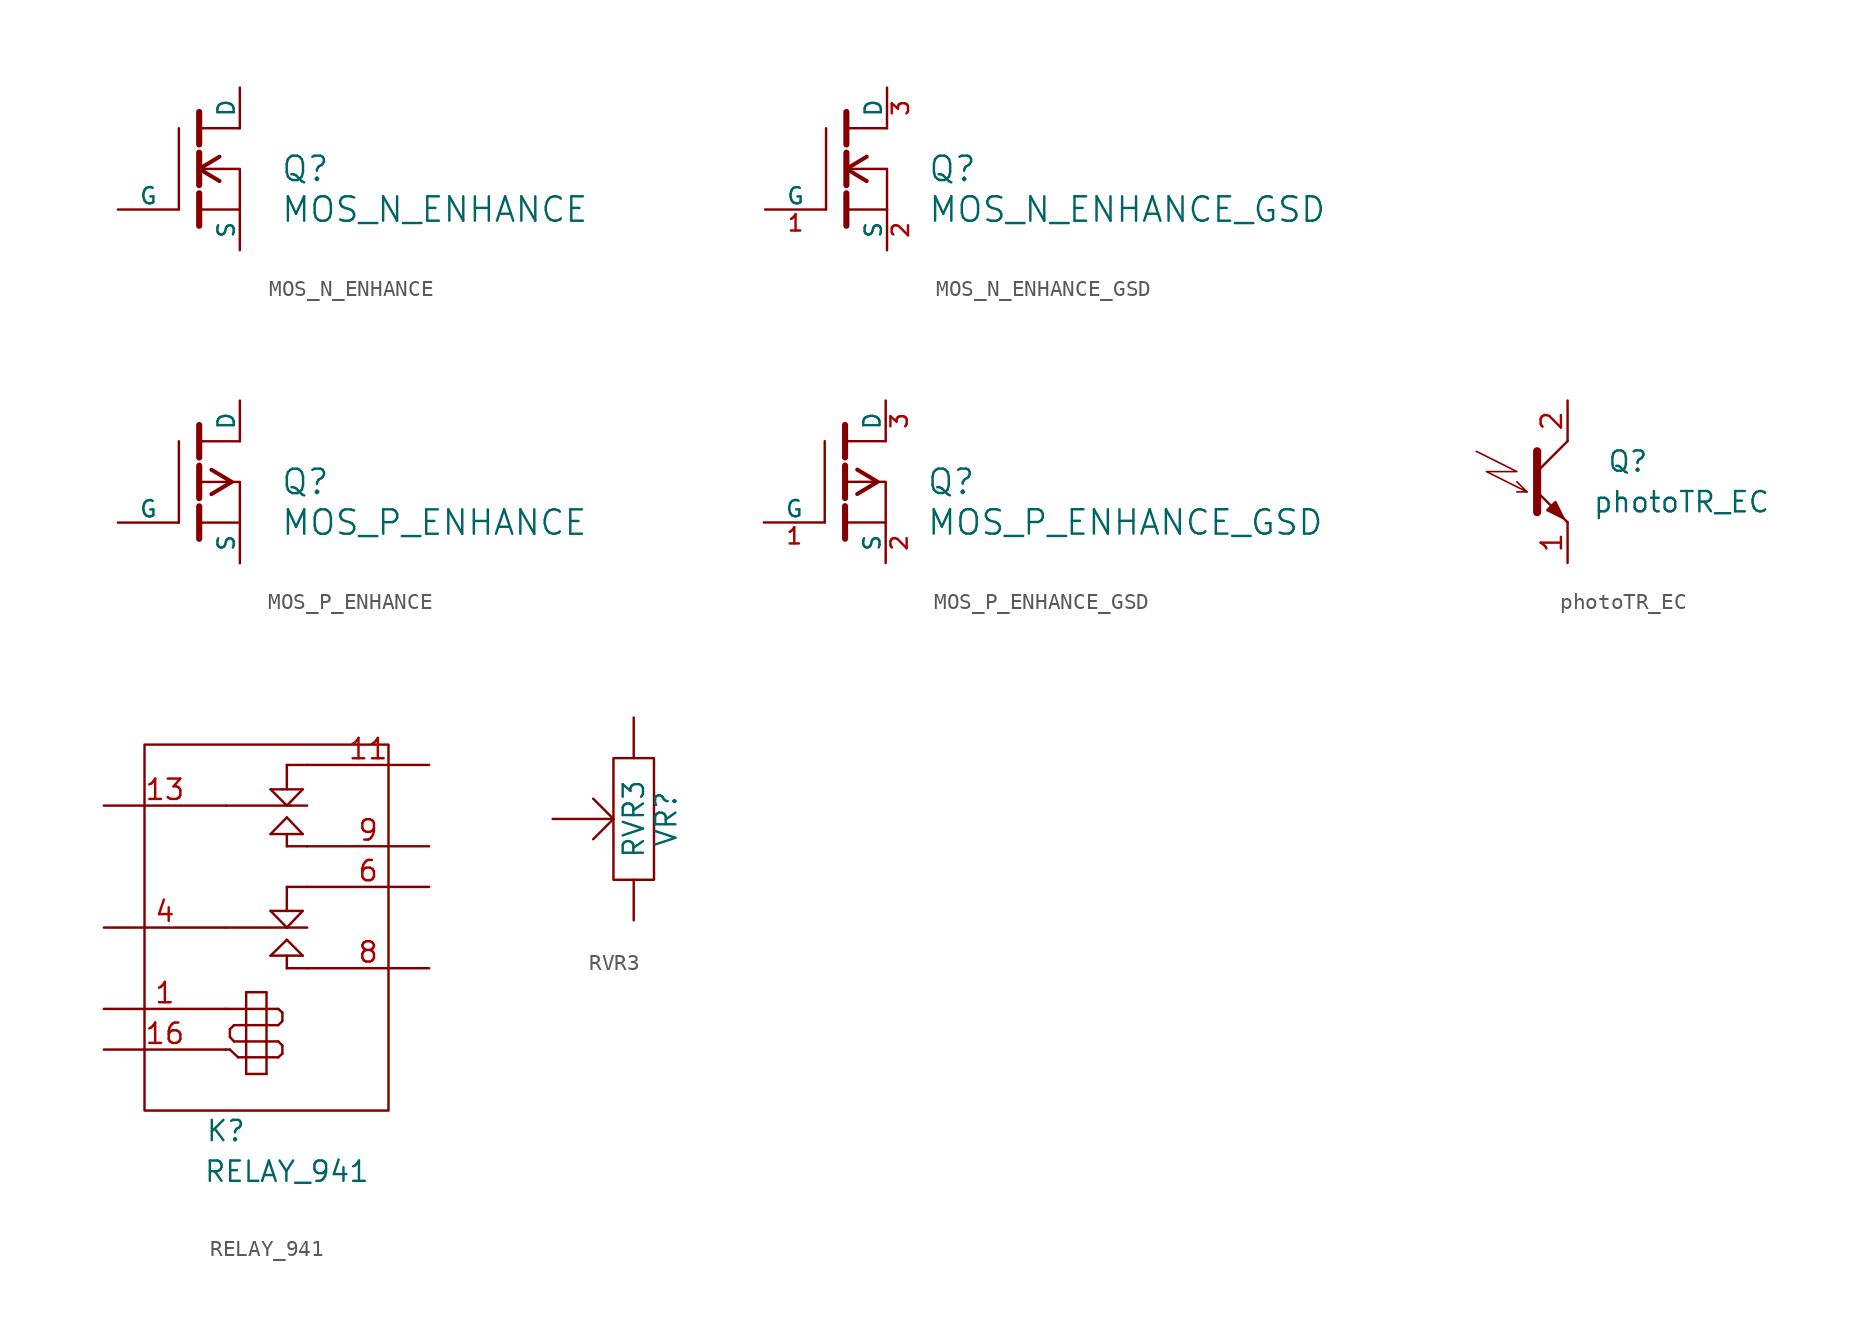
<source format=kicad_sym>
(kicad_symbol_lib
  (version 20220914)
  (generator kicad_symbol_editor)
  (symbol "MOS_N_ENHANCE"
    (pin_numbers hide)
    (pin_names
      (offset 0))
    (property "Reference" "Q"
      (at 5.08 2.54 0)
      (effects (font (size 1.524 1.524)) (justify left)))
    (property "Value" "MOS_N_ENHANCE"
      (at 5.08 0 0)
      (effects (font (size 1.524 1.524)) (justify left)))
    (property "Footprint" ""
      (at 0 0 0)
      (effects (font (size 1.524 1.524))))
    (property "Datasheet" ""
      (at 0 0 0)
      (effects (font (size 1.524 1.524))))
    (symbol "MOS_N_ENHANCE_0_1"
      (polyline (pts (xy -1.27 0) (xy -1.27 5.08)) (stroke (width 0) (type solid)) (fill (type none)))
      (polyline (pts (xy 0 -1.016) (xy 0 1.016)) (stroke (width 0.381) (type solid)) (fill (type none)))
      (polyline (pts (xy 0 1.524) (xy 0 3.556)) (stroke (width 0.381) (type solid)) (fill (type none)))
      (polyline (pts (xy 0 4.064) (xy 0 6.096)) (stroke (width 0.381) (type solid)) (fill (type none)))
      (polyline (pts (xy 2.54 0) (xy 0 0)) (stroke (width 0) (type solid)) (fill (type none)))
      (polyline (pts (xy 2.54 5.08) (xy 0 5.08)) (stroke (width 0) (type solid)) (fill (type none)))
      (polyline (pts (xy 1.27 3.302) (xy 0 2.54) (xy 1.27 1.778)) (stroke (width 0.254) (type solid)) (fill (type none)))
      (polyline (pts (xy 2.54 0) (xy 2.54 2.54) (xy 0.254 2.54)) (stroke (width 0) (type solid)) (fill (type none))))
    (symbol "MOS_N_ENHANCE_1_1"
      (pin passive line (at 2.54 7.62 270) (length 2.54) (name "D" (effects (font (size 1.016 1.016)))) (number "D" (effects (font (size 1.016 1.016)))))
      (pin input line (at -5.08 0 0) (length 3.81) (name "G" (effects (font (size 1.016 1.016)))) (number "G" (effects (font (size 1.016 1.016)))))
      (pin passive line (at 2.54 -2.54 90) (length 2.54) (name "S" (effects (font (size 1.016 1.016)))) (number "S" (effects (font (size 1.016 1.016)))))))
  (symbol "MOS_N_ENHANCE_GSD"
    (pin_names
      (offset 0))
    (property "Reference" "Q"
      (at 5.08 2.54 0)
      (effects (font (size 1.524 1.524)) (justify left)))
    (property "Value" "MOS_N_ENHANCE_GSD"
      (at 5.08 0 0)
      (effects (font (size 1.524 1.524)) (justify left)))
    (property "Footprint" ""
      (at 0 0 0)
      (effects (font (size 1.524 1.524))))
    (property "Datasheet" ""
      (at 0 0 0)
      (effects (font (size 1.524 1.524))))
    (symbol "MOS_N_ENHANCE_GSD_0_1"
      (polyline (pts (xy -1.27 0) (xy -1.27 5.08)) (stroke (width 0) (type solid)) (fill (type none)))
      (polyline (pts (xy 0 -1.016) (xy 0 1.016)) (stroke (width 0.381) (type solid)) (fill (type none)))
      (polyline (pts (xy 0 1.524) (xy 0 3.556)) (stroke (width 0.381) (type solid)) (fill (type none)))
      (polyline (pts (xy 0 4.064) (xy 0 6.096)) (stroke (width 0.381) (type solid)) (fill (type none)))
      (polyline (pts (xy 2.54 0) (xy 0 0)) (stroke (width 0) (type solid)) (fill (type none)))
      (polyline (pts (xy 2.54 5.08) (xy 0 5.08)) (stroke (width 0) (type solid)) (fill (type none)))
      (polyline (pts (xy 1.27 3.302) (xy 0 2.54) (xy 1.27 1.778)) (stroke (width 0.254) (type solid)) (fill (type none)))
      (polyline (pts (xy 2.54 0) (xy 2.54 2.54) (xy 0.254 2.54)) (stroke (width 0) (type solid)) (fill (type none))))
    (symbol "MOS_N_ENHANCE_GSD_1_1"
      (pin input line (at -5.08 0 0) (length 3.81) (name "G" (effects (font (size 1.016 1.016)))) (number "1" (effects (font (size 1.016 1.016)))))
      (pin passive line (at 2.54 -2.54 90) (length 2.54) (name "S" (effects (font (size 1.016 1.016)))) (number "2" (effects (font (size 1.016 1.016)))))
      (pin passive line (at 2.54 7.62 270) (length 2.54) (name "D" (effects (font (size 1.016 1.016)))) (number "3" (effects (font (size 1.016 1.016)))))))
  (symbol "MOS_P_ENHANCE"
    (pin_numbers hide)
    (pin_names
      (offset 0))
    (property "Reference" "Q"
      (at 5.08 2.54 0)
      (effects (font (size 1.524 1.524)) (justify left)))
    (property "Value" "MOS_P_ENHANCE"
      (at 5.08 0 0)
      (effects (font (size 1.524 1.524)) (justify left)))
    (property "Footprint" ""
      (at 0 0 0)
      (effects (font (size 1.524 1.524))))
    (property "Datasheet" ""
      (at 0 0 0)
      (effects (font (size 1.524 1.524))))
    (symbol "MOS_P_ENHANCE_0_1"
      (polyline (pts (xy -1.27 0) (xy -1.27 5.08)) (stroke (width 0) (type solid)) (fill (type none)))
      (polyline (pts (xy 0 -1.016) (xy 0 1.016)) (stroke (width 0.381) (type solid)) (fill (type none)))
      (polyline (pts (xy 0 1.524) (xy 0 3.556)) (stroke (width 0.381) (type solid)) (fill (type none)))
      (polyline (pts (xy 0 4.064) (xy 0 6.096)) (stroke (width 0.381) (type solid)) (fill (type none)))
      (polyline (pts (xy 2.54 0) (xy 0 0)) (stroke (width 0) (type solid)) (fill (type none)))
      (polyline (pts (xy 2.54 5.08) (xy 0 5.08)) (stroke (width 0) (type solid)) (fill (type none)))
      (polyline (pts (xy 0 2.54) (xy 2.54 2.54) (xy 2.54 0)) (stroke (width 0) (type solid)) (fill (type none)))
      (polyline (pts (xy 0.762 3.302) (xy 2.032 2.54) (xy 0.762 1.778)) (stroke (width 0.254) (type solid)) (fill (type none))))
    (symbol "MOS_P_ENHANCE_1_1"
      (pin passive line (at 2.54 7.62 270) (length 2.54) (name "D" (effects (font (size 1.016 1.016)))) (number "D" (effects (font (size 1.016 1.016)))))
      (pin input line (at -5.08 0 0) (length 3.81) (name "G" (effects (font (size 1.016 1.016)))) (number "G" (effects (font (size 1.016 1.016)))))
      (pin passive line (at 2.54 -2.54 90) (length 2.54) (name "S" (effects (font (size 1.016 1.016)))) (number "S" (effects (font (size 1.016 1.016)))))))
  (symbol "MOS_P_ENHANCE_GSD"
    (pin_names
      (offset 0))
    (property "Reference" "Q"
      (at 5.08 2.54 0)
      (effects (font (size 1.524 1.524)) (justify left)))
    (property "Value" "MOS_P_ENHANCE_GSD"
      (at 5.08 0 0)
      (effects (font (size 1.524 1.524)) (justify left)))
    (property "Footprint" ""
      (at 0 0 0)
      (effects (font (size 1.524 1.524))))
    (property "Datasheet" ""
      (at 0 0 0)
      (effects (font (size 1.524 1.524))))
    (symbol "MOS_P_ENHANCE_GSD_0_1"
      (polyline (pts (xy -1.27 0) (xy -1.27 5.08)) (stroke (width 0) (type solid)) (fill (type none)))
      (polyline (pts (xy 0 -1.016) (xy 0 1.016)) (stroke (width 0.381) (type solid)) (fill (type none)))
      (polyline (pts (xy 0 1.524) (xy 0 3.556)) (stroke (width 0.381) (type solid)) (fill (type none)))
      (polyline (pts (xy 0 4.064) (xy 0 6.096)) (stroke (width 0.381) (type solid)) (fill (type none)))
      (polyline (pts (xy 2.54 0) (xy 0 0)) (stroke (width 0) (type solid)) (fill (type none)))
      (polyline (pts (xy 2.54 5.08) (xy 0 5.08)) (stroke (width 0) (type solid)) (fill (type none)))
      (polyline (pts (xy 0 2.54) (xy 2.54 2.54) (xy 2.54 0)) (stroke (width 0) (type solid)) (fill (type none)))
      (polyline (pts (xy 0.762 3.302) (xy 2.032 2.54) (xy 0.762 1.778)) (stroke (width 0.254) (type solid)) (fill (type none))))
    (symbol "MOS_P_ENHANCE_GSD_1_1"
      (pin input line (at -5.08 0 0) (length 3.81) (name "G" (effects (font (size 1.016 1.016)))) (number "1" (effects (font (size 1.016 1.016)))))
      (pin passive line (at 2.54 -2.54 90) (length 2.54) (name "S" (effects (font (size 1.016 1.016)))) (number "2" (effects (font (size 1.016 1.016)))))
      (pin passive line (at 2.54 7.62 270) (length 2.54) (name "D" (effects (font (size 1.016 1.016)))) (number "3" (effects (font (size 1.016 1.016)))))))
  (symbol "photoTR_EC"
    (pin_names
      (offset 0) hide)
    (property "Reference" "Q"
      (at 7.62 1.27 0)
      (effects (font (size 1.27 1.27)) (justify right)))
    (property "Value" "photoTR_EC"
      (at 15.24 -1.27 0)
      (effects (font (size 1.27 1.27)) (justify right)))
    (property "Footprint" ""
      (at 5.08 2.54 0)
      (effects (font (size 1.27 1.27))))
    (property "Datasheet" ""
      (at 0 0.635 0)
      (effects (font (size 1.27 1.27))))
    (symbol "photoTR_EC_0_1"
      (polyline (pts (xy 0 -0.635) (xy -0.635 -0.635)) (stroke (width 0.102) (type solid)) (fill (type none)))
      (polyline (pts (xy 0.635 0.635) (xy 2.54 2.54)) (stroke (width 0) (type solid)) (fill (type none)))
      (polyline (pts (xy 0.635 -0.635) (xy 2.54 -2.54) (xy 2.54 -2.54)) (stroke (width 0) (type solid)) (fill (type none)))
      (polyline (pts (xy 0.635 1.905) (xy 0.635 -1.905) (xy 0.635 -1.905)) (stroke (width 0.508) (type solid)) (fill (type none)))
      (polyline (pts (xy -3.175 1.905) (xy -0.635 0.635) (xy -2.54 0.635) (xy 0 -0.635) (xy -0.635 0)) (stroke (width 0.102) (type solid)) (fill (type none)))
      (polyline (pts (xy 1.27 -1.778) (xy 1.778 -1.27) (xy 2.286 -2.286) (xy 1.27 -1.778) (xy 1.27 -1.778)) (stroke (width 0) (type solid)) (fill (type outline))))
    (symbol "photoTR_EC_1_1"
      (pin passive line (at 2.54 -5.08 90) (length 2.54) (name "E" (effects (font (size 1.27 1.27)))) (number "1" (effects (font (size 1.27 1.27)))))
      (pin passive line (at 2.54 5.08 270) (length 2.54) (name "C" (effects (font (size 1.27 1.27)))) (number "2" (effects (font (size 1.27 1.27)))))))
  (symbol "RELAY_941"
    (pin_names
      (offset 0) hide)
    (property "Reference" "K"
      (at -2.54 -13.97 0)
      (effects (font (size 1.27 1.27))))
    (property "Value" "RELAY_941"
      (at 1.27 -16.51 0)
      (effects (font (size 1.27 1.27))))
    (property "Footprint" ""
      (at 0 0 0)
      (effects (font (size 1.27 1.27))))
    (property "Datasheet" ""
      (at 0 0 0)
      (effects (font (size 1.27 1.27))))
    (symbol "RELAY_941_0_1"
      (rectangle (start -7.62 10.16) (end 7.62 -12.7) (stroke (width 0) (type solid)) (fill (type none)))
      (polyline (pts (xy -2.54 -8.89) (xy -2.286 -8.89)) (stroke (width 0) (type solid)) (fill (type none)))
      (polyline (pts (xy -2.54 -6.35) (xy -1.27 -6.35)) (stroke (width 0) (type solid)) (fill (type none)))
      (polyline (pts (xy -2.54 -1.27) (xy 1.27 -1.27)) (stroke (width 0) (type solid)) (fill (type none)))
      (polyline (pts (xy -2.286 -8.89) (xy -1.778 -9.373)) (stroke (width 0) (type solid)) (fill (type none)))
      (polyline (pts (xy -2.286 -8.103) (xy -2.286 -7.62)) (stroke (width 0) (type solid)) (fill (type none)))
      (polyline (pts (xy -2.032 -8.382) (xy -2.286 -8.103)) (stroke (width 0) (type solid)) (fill (type none)))
      (polyline (pts (xy -2.032 -7.366) (xy -2.286 -7.62)) (stroke (width 0) (type solid)) (fill (type none)))
      (polyline (pts (xy -1.778 -9.373) (xy -1.27 -9.373)) (stroke (width 0) (type solid)) (fill (type none)))
      (polyline (pts (xy -1.27 -10.414) (xy -1.27 -5.309)) (stroke (width 0) (type solid)) (fill (type none)))
      (polyline (pts (xy -1.27 -8.382) (xy -2.032 -8.382)) (stroke (width 0) (type solid)) (fill (type none)))
      (polyline (pts (xy -1.27 -8.382) (xy 0 -8.382)) (stroke (width 0) (type solid)) (fill (type none)))
      (polyline (pts (xy -1.27 -7.366) (xy -2.032 -7.366)) (stroke (width 0) (type solid)) (fill (type none)))
      (polyline (pts (xy -1.27 -6.35) (xy 0 -6.35)) (stroke (width 0) (type solid)) (fill (type none)))
      (polyline (pts (xy -1.27 -5.309) (xy 0 -5.309)) (stroke (width 0) (type solid)) (fill (type none)))
      (polyline (pts (xy 0 -10.414) (xy -1.27 -10.414)) (stroke (width 0) (type solid)) (fill (type none)))
      (polyline (pts (xy 0 -9.373) (xy -1.27 -9.373)) (stroke (width 0) (type solid)) (fill (type none)))
      (polyline (pts (xy 0 -9.373) (xy 0.737 -9.373)) (stroke (width 0) (type solid)) (fill (type none)))
      (polyline (pts (xy 0 -8.382) (xy 0.737 -8.382)) (stroke (width 0) (type solid)) (fill (type none)))
      (polyline (pts (xy 0 -7.366) (xy -1.27 -7.366)) (stroke (width 0) (type solid)) (fill (type none)))
      (polyline (pts (xy 0 -7.366) (xy 0.737 -7.366)) (stroke (width 0) (type solid)) (fill (type none)))
      (polyline (pts (xy 0 -6.35) (xy 0.737 -6.35)) (stroke (width 0) (type solid)) (fill (type none)))
      (polyline (pts (xy 0 -5.309) (xy 0 -10.414)) (stroke (width 0) (type solid)) (fill (type none)))
      (polyline (pts (xy 0.254 -3.023) (xy 2.261 -3.023)) (stroke (width 0) (type solid)) (fill (type none)))
      (polyline (pts (xy 0.254 -0.229) (xy 2.261 -0.229)) (stroke (width 0) (type solid)) (fill (type none)))
      (polyline (pts (xy 0.254 4.572) (xy 1.27 5.613)) (stroke (width 0) (type solid)) (fill (type none)))
      (polyline (pts (xy 0.254 7.366) (xy 0.991 7.366)) (stroke (width 0) (type solid)) (fill (type none)))
      (polyline (pts (xy 0.737 -9.373) (xy 0.991 -9.144)) (stroke (width 0) (type solid)) (fill (type none)))
      (polyline (pts (xy 0.737 -8.382) (xy 0.991 -8.636)) (stroke (width 0) (type solid)) (fill (type none)))
      (polyline (pts (xy 0.737 -7.366) (xy 0.991 -7.112)) (stroke (width 0) (type solid)) (fill (type none)))
      (polyline (pts (xy 0.737 -6.35) (xy 0.991 -6.579)) (stroke (width 0) (type solid)) (fill (type none)))
      (polyline (pts (xy 0.991 -9.144) (xy 0.991 -8.636)) (stroke (width 0) (type solid)) (fill (type none)))
      (polyline (pts (xy 0.991 -6.579) (xy 0.991 -7.112)) (stroke (width 0) (type solid)) (fill (type none)))
      (polyline (pts (xy 0.991 6.629) (xy 0.254 7.366)) (stroke (width 0) (type solid)) (fill (type none)))
      (polyline (pts (xy 0.991 6.629) (xy 1.27 6.35)) (stroke (width 0) (type solid)) (fill (type none)))
      (polyline (pts (xy 0.991 7.366) (xy 2.261 7.366)) (stroke (width 0) (type solid)) (fill (type none)))
      (polyline (pts (xy 1.27 -3.81) (xy 1.27 -3.302)) (stroke (width 0) (type solid)) (fill (type none)))
      (polyline (pts (xy 1.27 -3.302) (xy 1.27 -3.023)) (stroke (width 0) (type solid)) (fill (type none)))
      (polyline (pts (xy 1.27 -2.032) (xy 0.254 -3.023)) (stroke (width 0) (type solid)) (fill (type none)))
      (polyline (pts (xy 1.27 -1.27) (xy 0.254 -0.229)) (stroke (width 0) (type solid)) (fill (type none)))
      (polyline (pts (xy 1.27 -1.27) (xy 2.54 -1.27)) (stroke (width 0) (type solid)) (fill (type none)))
      (polyline (pts (xy 1.27 1.27) (xy 1.27 -0.229)) (stroke (width 0) (type solid)) (fill (type none)))
      (polyline (pts (xy 1.27 1.27) (xy 2.54 1.27)) (stroke (width 0) (type solid)) (fill (type none)))
      (polyline (pts (xy 1.27 3.81) (xy 1.27 4.572)) (stroke (width 0) (type solid)) (fill (type none)))
      (polyline (pts (xy 1.27 3.81) (xy 2.54 3.81)) (stroke (width 0) (type solid)) (fill (type none)))
      (polyline (pts (xy 1.27 5.613) (xy 2.261 4.572)) (stroke (width 0) (type solid)) (fill (type none)))
      (polyline (pts (xy 1.27 6.35) (xy -2.54 6.35)) (stroke (width 0) (type solid)) (fill (type none)))
      (polyline (pts (xy 1.27 6.35) (xy 1.524 6.35)) (stroke (width 0) (type solid)) (fill (type none)))
      (polyline (pts (xy 1.27 8.89) (xy 1.27 7.366)) (stroke (width 0) (type solid)) (fill (type none)))
      (polyline (pts (xy 1.27 8.89) (xy 2.54 8.89)) (stroke (width 0) (type solid)) (fill (type none)))
      (polyline (pts (xy 1.524 6.35) (xy 2.54 6.35)) (stroke (width 0) (type solid)) (fill (type none)))
      (polyline (pts (xy 2.261 -3.023) (xy 1.27 -2.032)) (stroke (width 0) (type solid)) (fill (type none)))
      (polyline (pts (xy 2.261 -0.229) (xy 1.27 -1.27)) (stroke (width 0) (type solid)) (fill (type none)))
      (polyline (pts (xy 2.261 4.572) (xy 0.254 4.572)) (stroke (width 0) (type solid)) (fill (type none)))
      (polyline (pts (xy 2.261 7.366) (xy 1.27 6.35)) (stroke (width 0) (type solid)) (fill (type none)))
      (polyline (pts (xy 2.54 -3.81) (xy 1.27 -3.81)) (stroke (width 0) (type solid)) (fill (type none))))
    (symbol "RELAY_941_1_1"
      (pin input line (at -10.16 -6.35 0) (length 7.62) (name "coil" (effects (font (size 1.27 1.27)))) (number "1" (effects (font (size 1.27 1.27)))))
      (pin passive line (at 10.16 8.89 180) (length 7.62) (name "NC2" (effects (font (size 1.27 1.27)))) (number "11" (effects (font (size 1.27 1.27)))))
      (pin passive line (at -10.16 6.35 0) (length 7.62) (name "COM2" (effects (font (size 1.27 1.27)))) (number "13" (effects (font (size 1.27 1.27)))))
      (pin input line (at -10.16 -8.89 0) (length 7.62) (name "coil" (effects (font (size 1.27 1.27)))) (number "16" (effects (font (size 1.27 1.27)))))
      (pin passive line (at -10.16 -1.27 0) (length 7.62) (name "COM1" (effects (font (size 1.27 1.27)))) (number "4" (effects (font (size 1.27 1.27)))))
      (pin passive line (at 10.16 1.27 180) (length 7.62) (name "NC" (effects (font (size 1.27 1.27)))) (number "6" (effects (font (size 1.27 1.27)))))
      (pin passive line (at 10.16 -3.81 180) (length 7.62) (name "NO1" (effects (font (size 1.27 1.27)))) (number "8" (effects (font (size 1.27 1.27)))))
      (pin passive line (at 10.16 3.81 180) (length 7.62) (name "NO2" (effects (font (size 1.27 1.27)))) (number "9" (effects (font (size 1.27 1.27)))))))
  (symbol "RVR3"
    (pin_numbers hide)
    (pin_names
      (offset 0))
    (property "Reference" "VR"
      (at 2.032 0 90)
      (effects (font (size 1.27 1.27))))
    (property "Value" "RVR3"
      (at 0 0 90)
      (effects (font (size 1.27 1.27))))
    (property "Footprint" ""
      (at 0 0 0)
      (effects (font (size 1.524 1.524))))
    (property "Datasheet" ""
      (at 0 0 0)
      (effects (font (size 1.524 1.524))))
    (symbol "RVR3_0_1"
      (rectangle (start -1.27 3.81) (end 1.27 -3.81) (stroke (width 0) (type solid)) (fill (type none)))
      (polyline (pts (xy -2.54 1.27) (xy -1.27 0) (xy -2.54 -1.27)) (stroke (width 0) (type solid)) (fill (type none))))
    (symbol "RVR3_1_1"
      (pin passive line (at 0 6.35 270) (length 2.54) (name "~" (effects (font (size 1.524 1.524)))) (number "1" (effects (font (size 1.524 1.524)))))
      (pin passive line (at 0 -6.35 90) (length 2.54) (name "~" (effects (font (size 1.524 1.524)))) (number "2" (effects (font (size 1.524 1.524)))))
      (pin passive line (at -5.08 0 0) (length 3.81) (name "~" (effects (font (size 1.27 1.27)))) (number "~" (effects (font (size 1.27 1.27))))))))
</source>
